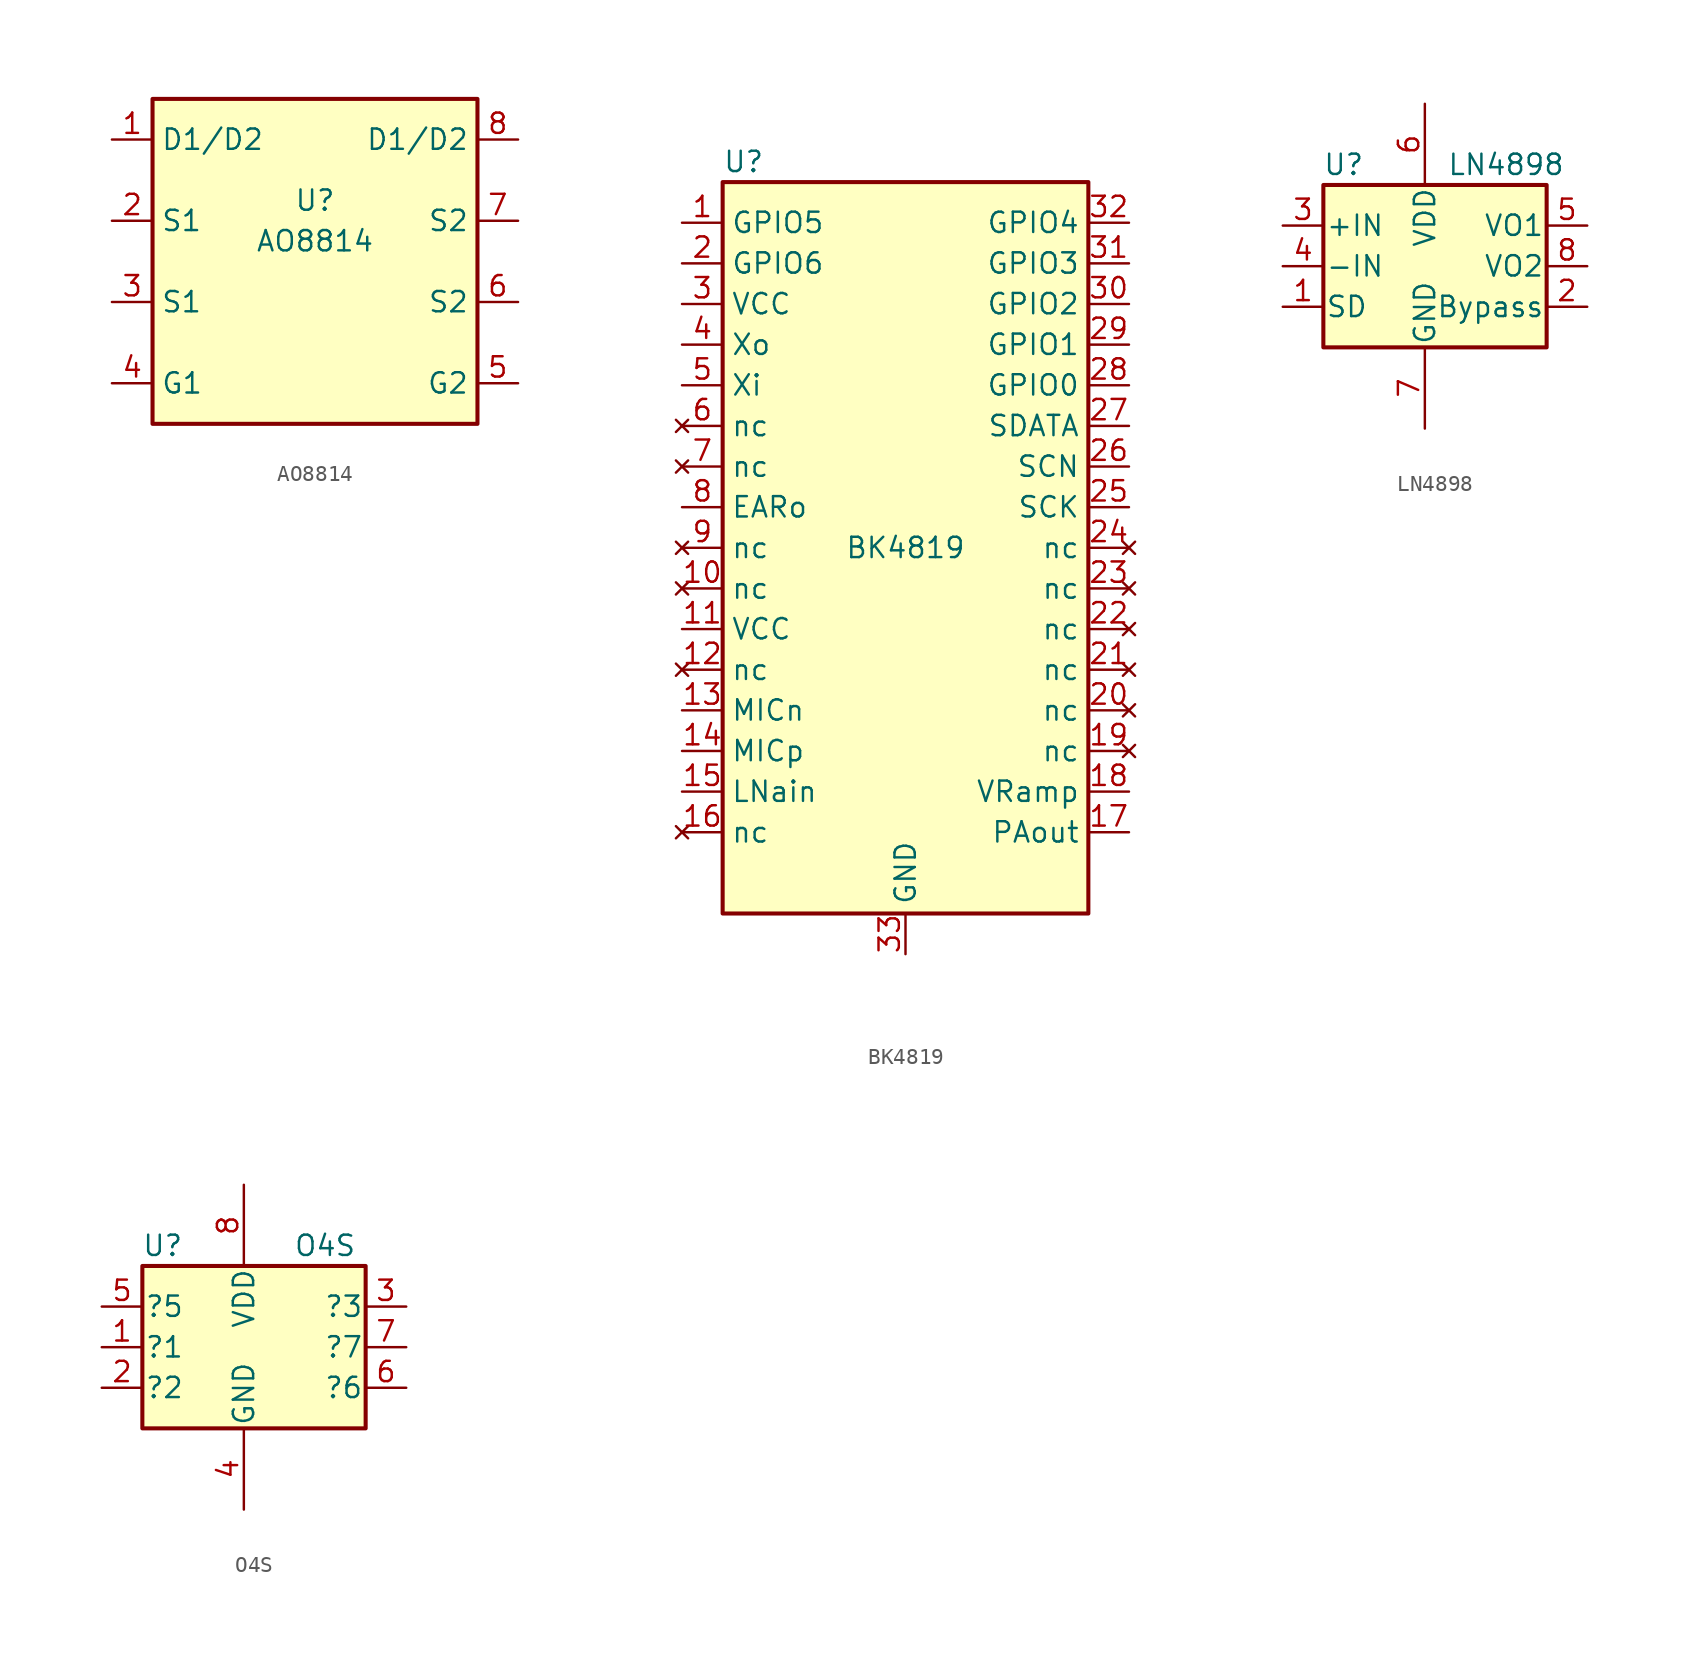
<source format=kicad_sym>
(kicad_symbol_lib
  (version 20220914)
  (generator kicad_symbol_editor)
  (symbol "AO8814"
    (property "Reference" "U"
      (at 0 3.81 0)
      (effects (font (size 1.27 1.27))))
    (property "Value" "AO8814"
      (at 0 1.27 0)
      (effects (font (size 1.27 1.27))))
    (symbol "AO8814_0_1"
      (rectangle (start -10.16 10.16) (end 10.16 -10.16) (stroke (width 0.254) (type default)) (fill (type background))))
    (symbol "AO8814_1_1"
      (pin power_in line (at -12.7 7.62 0) (length 2.54) (name "D1/D2" (effects (font (size 1.27 1.27)))) (number "1" (effects (font (size 1.27 1.27)))))
      (pin input line (at -12.7 2.54 0) (length 2.54) (name "S1" (effects (font (size 1.27 1.27)))) (number "2" (effects (font (size 1.27 1.27)))))
      (pin input line (at -12.7 -2.54 0) (length 2.54) (name "S1" (effects (font (size 1.27 1.27)))) (number "3" (effects (font (size 1.27 1.27)))))
      (pin power_in line (at -12.7 -7.62 0) (length 2.54) (name "G1" (effects (font (size 1.27 1.27)))) (number "4" (effects (font (size 1.27 1.27)))))
      (pin output line (at 12.7 -7.62 180) (length 2.54) (name "G2" (effects (font (size 1.27 1.27)))) (number "5" (effects (font (size 1.27 1.27)))))
      (pin passive line (at 12.7 -2.54 180) (length 2.54) (name "S2" (effects (font (size 1.27 1.27)))) (number "6" (effects (font (size 1.27 1.27)))))
      (pin output line (at 12.7 2.54 180) (length 2.54) (name "S2" (effects (font (size 1.27 1.27)))) (number "7" (effects (font (size 1.27 1.27)))))
      (pin passive line (at 12.7 7.62 180) (length 2.54) (name "D1/D2" (effects (font (size 1.27 1.27)))) (number "8" (effects (font (size 1.27 1.27)))))))
  (symbol "BK4819"
    (property "Reference" "U"
      (at -11.43 24.13 0)
      (effects (font (size 1.27 1.27)) (justify left)))
    (property "Value" "BK4819"
      (at 0 0 0)
      (effects (font (size 1.27 1.27))))
    (property "ki_locked" ""
      (at 0 0 0)
      (effects (font (size 1.27 1.27))))
    (symbol "BK4819_0_1"
      (rectangle (start -11.43 22.86) (end 11.43 -22.86) (stroke (width 0.254) (type default)) (fill (type background))))
    (symbol "BK4819_1_1"
      (pin bidirectional line (at -13.97 20.32 0) (length 2.54) (name "GPIO5" (effects (font (size 1.27 1.27)))) (number "1" (effects (font (size 1.27 1.27)))))
      (pin no_connect line (at -13.97 -2.54 0) (length 2.54) (name "nc" (effects (font (size 1.27 1.27)))) (number "10" (effects (font (size 1.27 1.27)))) (alternate "ADC_IN4" bidirectional line) (alternate "SPI1_NSS" bidirectional line) (alternate "TIM14_CH1" bidirectional line) (alternate "USART1_CK" bidirectional line))
      (pin power_in line (at -13.97 -5.08 0) (length 2.54) (name "VCC" (effects (font (size 1.27 1.27)))) (number "11" (effects (font (size 1.27 1.27)))) (alternate "ADC_IN5" bidirectional line) (alternate "SPI1_SCK" bidirectional line))
      (pin no_connect line (at -13.97 -7.62 0) (length 2.54) (name "nc" (effects (font (size 1.27 1.27)))) (number "12" (effects (font (size 1.27 1.27)))) (alternate "ADC_IN6" bidirectional line) (alternate "SPI1_MISO" bidirectional line) (alternate "TIM16_CH1" bidirectional line) (alternate "TIM1_BKIN" bidirectional line) (alternate "TIM3_CH1" bidirectional line))
      (pin input line (at -13.97 -10.16 0) (length 2.54) (name "MICn" (effects (font (size 1.27 1.27)))) (number "13" (effects (font (size 1.27 1.27)))) (alternate "ADC_IN7" bidirectional line) (alternate "SPI1_MOSI" bidirectional line) (alternate "TIM14_CH1" bidirectional line) (alternate "TIM17_CH1" bidirectional line) (alternate "TIM1_CH1N" bidirectional line) (alternate "TIM3_CH2" bidirectional line))
      (pin input line (at -13.97 -12.7 0) (length 2.54) (name "MICp" (effects (font (size 1.27 1.27)))) (number "14" (effects (font (size 1.27 1.27)))) (alternate "ADC_IN8" bidirectional line) (alternate "TIM1_CH2N" bidirectional line) (alternate "TIM3_CH3" bidirectional line))
      (pin input line (at -13.97 -15.24 0) (length 2.54) (name "LNain" (effects (font (size 1.27 1.27)))) (number "15" (effects (font (size 1.27 1.27)))) (alternate "ADC_IN9" bidirectional line) (alternate "TIM14_CH1" bidirectional line) (alternate "TIM1_CH3N" bidirectional line) (alternate "TIM3_CH4" bidirectional line))
      (pin no_connect line (at -13.97 -17.78 0) (length 2.54) (name "nc" (effects (font (size 1.27 1.27)))) (number "16" (effects (font (size 1.27 1.27)))))
      (pin output line (at 13.97 -17.78 180) (length 2.54) (name "PAout" (effects (font (size 1.27 1.27)))) (number "17" (effects (font (size 1.27 1.27)))))
      (pin output line (at 13.97 -15.24 180) (length 2.54) (name "VRamp" (effects (font (size 1.27 1.27)))) (number "18" (effects (font (size 1.27 1.27)))) (alternate "RCC_MCO" bidirectional line) (alternate "TIM1_CH1" bidirectional line) (alternate "USART1_CK" bidirectional line))
      (pin no_connect line (at 13.97 -12.7 180) (length 2.54) (name "nc" (effects (font (size 1.27 1.27)))) (number "19" (effects (font (size 1.27 1.27)))) (alternate "I2C1_SCL" bidirectional line) (alternate "TIM1_CH2" bidirectional line) (alternate "USART1_TX" bidirectional line))
      (pin bidirectional line (at -13.97 17.78 0) (length 2.54) (name "GPIO6" (effects (font (size 1.27 1.27)))) (number "2" (effects (font (size 1.27 1.27)))) (alternate "RCC_OSC_IN" bidirectional line))
      (pin no_connect line (at 13.97 -10.16 180) (length 2.54) (name "nc" (effects (font (size 1.27 1.27)))) (number "20" (effects (font (size 1.27 1.27)))) (alternate "I2C1_SDA" bidirectional line) (alternate "TIM17_BKIN" bidirectional line) (alternate "TIM1_CH3" bidirectional line) (alternate "USART1_RX" bidirectional line))
      (pin no_connect line (at 13.97 -7.62 180) (length 2.54) (name "nc" (effects (font (size 1.27 1.27)))) (number "21" (effects (font (size 1.27 1.27)))) (alternate "TIM1_CH4" bidirectional line) (alternate "USART1_CTS" bidirectional line))
      (pin no_connect line (at 13.97 -5.08 180) (length 2.54) (name "nc" (effects (font (size 1.27 1.27)))) (number "22" (effects (font (size 1.27 1.27)))) (alternate "TIM1_ETR" bidirectional line) (alternate "USART1_DE" bidirectional line) (alternate "USART1_RTS" bidirectional line))
      (pin no_connect line (at 13.97 -2.54 180) (length 2.54) (name "nc" (effects (font (size 1.27 1.27)))) (number "23" (effects (font (size 1.27 1.27)))) (alternate "IR_OUT" bidirectional line) (alternate "SYS_SWDIO" bidirectional line))
      (pin no_connect line (at 13.97 0 180) (length 2.54) (name "nc" (effects (font (size 1.27 1.27)))) (number "24" (effects (font (size 1.27 1.27)))) (alternate "SYS_SWCLK" bidirectional line) (alternate "USART1_TX" bidirectional line))
      (pin input line (at 13.97 2.54 180) (length 2.54) (name "SCK" (effects (font (size 1.27 1.27)))) (number "25" (effects (font (size 1.27 1.27)))) (alternate "SPI1_NSS" bidirectional line) (alternate "USART1_RX" bidirectional line))
      (pin input line (at 13.97 5.08 180) (length 2.54) (name "SCN" (effects (font (size 1.27 1.27)))) (number "26" (effects (font (size 1.27 1.27)))) (alternate "SPI1_SCK" bidirectional line))
      (pin bidirectional line (at 13.97 7.62 180) (length 2.54) (name "SDATA" (effects (font (size 1.27 1.27)))) (number "27" (effects (font (size 1.27 1.27)))) (alternate "SPI1_MISO" bidirectional line) (alternate "TIM3_CH1" bidirectional line))
      (pin bidirectional line (at 13.97 10.16 180) (length 2.54) (name "GPIO0" (effects (font (size 1.27 1.27)))) (number "28" (effects (font (size 1.27 1.27)))) (alternate "I2C1_SMBA" bidirectional line) (alternate "SPI1_MOSI" bidirectional line) (alternate "TIM16_BKIN" bidirectional line) (alternate "TIM3_CH2" bidirectional line))
      (pin bidirectional line (at 13.97 12.7 180) (length 2.54) (name "GPIO1" (effects (font (size 1.27 1.27)))) (number "29" (effects (font (size 1.27 1.27)))) (alternate "I2C1_SCL" bidirectional line) (alternate "TIM16_CH1N" bidirectional line) (alternate "USART1_TX" bidirectional line))
      (pin power_in line (at -13.97 15.24 0) (length 2.54) (name "VCC" (effects (font (size 1.27 1.27)))) (number "3" (effects (font (size 1.27 1.27)))) (alternate "RCC_OSC_OUT" bidirectional line))
      (pin bidirectional line (at 13.97 15.24 180) (length 2.54) (name "GPIO2" (effects (font (size 1.27 1.27)))) (number "30" (effects (font (size 1.27 1.27)))) (alternate "I2C1_SDA" bidirectional line) (alternate "TIM17_CH1N" bidirectional line) (alternate "USART1_RX" bidirectional line))
      (pin bidirectional line (at 13.97 17.78 180) (length 2.54) (name "GPIO3" (effects (font (size 1.27 1.27)))) (number "31" (effects (font (size 1.27 1.27)))))
      (pin bidirectional line (at 13.97 20.32 180) (length 2.54) (name "GPIO4" (effects (font (size 1.27 1.27)))) (number "32" (effects (font (size 1.27 1.27)))))
      (pin bidirectional line (at 0 -25.4 90) (length 2.54) (name "GND" (effects (font (size 1.27 1.27)))) (number "33" (effects (font (size 1.27 1.27)))))
      (pin output line (at -13.97 12.7 0) (length 2.54) (name "Xo" (effects (font (size 1.27 1.27)))) (number "4" (effects (font (size 1.27 1.27)))))
      (pin input line (at -13.97 10.16 0) (length 2.54) (name "Xi" (effects (font (size 1.27 1.27)))) (number "5" (effects (font (size 1.27 1.27)))))
      (pin no_connect line (at -13.97 7.62 0) (length 2.54) (name "nc" (effects (font (size 1.27 1.27)))) (number "6" (effects (font (size 1.27 1.27)))) (alternate "ADC_IN0" bidirectional line) (alternate "RTC_TAMP2" bidirectional line) (alternate "SYS_WKUP1" bidirectional line) (alternate "USART1_CTS" bidirectional line))
      (pin no_connect line (at -13.97 5.08 0) (length 2.54) (name "nc" (effects (font (size 1.27 1.27)))) (number "7" (effects (font (size 1.27 1.27)))) (alternate "ADC_IN1" bidirectional line) (alternate "USART1_DE" bidirectional line) (alternate "USART1_RTS" bidirectional line))
      (pin output line (at -13.97 2.54 0) (length 2.54) (name "EARo" (effects (font (size 1.27 1.27)))) (number "8" (effects (font (size 1.27 1.27)))) (alternate "ADC_IN2" bidirectional line) (alternate "USART1_TX" bidirectional line))
      (pin no_connect line (at -13.97 0 0) (length 2.54) (name "nc" (effects (font (size 1.27 1.27)))) (number "9" (effects (font (size 1.27 1.27)))) (alternate "ADC_IN3" bidirectional line) (alternate "USART1_RX" bidirectional line))))
  (symbol "LN4898"
    (pin_names
      (offset 0.127))
    (property "Reference" "U"
      (at -5.08 6.35 0)
      (effects (font (size 1.27 1.27))))
    (property "Value" "LN4898"
      (at 5.08 6.35 0)
      (effects (font (size 1.27 1.27))))
    (symbol "LN4898_0_1"
      (rectangle (start -6.35 5.08) (end 7.62 -5.08) (stroke (width 0.254) (type default)) (fill (type background))))
    (symbol "LN4898_1_1"
      (pin input line (at -8.89 -2.54 0) (length 2.54) (name "SD" (effects (font (size 1.27 1.27)))) (number "1" (effects (font (size 1.27 1.27)))))
      (pin bidirectional line (at 10.16 -2.54 180) (length 2.54) (name "Bypass" (effects (font (size 1.27 1.27)))) (number "2" (effects (font (size 1.27 1.27)))))
      (pin input line (at -8.89 2.54 0) (length 2.54) (name "+IN" (effects (font (size 1.27 1.27)))) (number "3" (effects (font (size 1.27 1.27)))))
      (pin input line (at -8.89 0 0) (length 2.54) (name "-IN" (effects (font (size 1.27 1.27)))) (number "4" (effects (font (size 1.27 1.27)))))
      (pin input line (at 10.16 2.54 180) (length 2.54) (name "VO1" (effects (font (size 1.27 1.27)))) (number "5" (effects (font (size 1.27 1.27)))))
      (pin power_in line (at 0 10.16 270) (length 5.08) (name "VDD" (effects (font (size 1.27 1.27)))) (number "6" (effects (font (size 1.27 1.27)))))
      (pin power_in line (at 0 -10.16 90) (length 5.08) (name "GND" (effects (font (size 1.27 1.27)))) (number "7" (effects (font (size 1.27 1.27)))))
      (pin input line (at 10.16 0 180) (length 2.54) (name "VO2" (effects (font (size 1.27 1.27)))) (number "8" (effects (font (size 1.27 1.27)))))))
  (symbol "O4S"
    (pin_names
      (offset 0.127))
    (property "Reference" "U"
      (at -5.08 6.35 0)
      (effects (font (size 1.27 1.27))))
    (property "Value" "O4S"
      (at 5.08 6.35 0)
      (effects (font (size 1.27 1.27))))
    (symbol "O4S_0_1"
      (rectangle (start -6.35 5.08) (end 7.62 -5.08) (stroke (width 0.254) (type default)) (fill (type background))))
    (symbol "O4S_1_1"
      (pin input line (at -8.89 0 0) (length 2.54) (name "?1" (effects (font (size 1.27 1.27)))) (number "1" (effects (font (size 1.27 1.27)))))
      (pin input line (at -8.89 -2.54 0) (length 2.54) (name "?2" (effects (font (size 1.27 1.27)))) (number "2" (effects (font (size 1.27 1.27)))))
      (pin output line (at 10.16 2.54 180) (length 2.54) (name "?3" (effects (font (size 1.27 1.27)))) (number "3" (effects (font (size 1.27 1.27)))))
      (pin power_in line (at 0 -10.16 90) (length 5.08) (name "GND" (effects (font (size 1.27 1.27)))) (number "4" (effects (font (size 1.27 1.27)))))
      (pin input line (at -8.89 2.54 0) (length 2.54) (name "?5" (effects (font (size 1.27 1.27)))) (number "5" (effects (font (size 1.27 1.27)))))
      (pin input line (at 10.16 -2.54 180) (length 2.54) (name "?6" (effects (font (size 1.27 1.27)))) (number "6" (effects (font (size 1.27 1.27)))))
      (pin output line (at 10.16 0 180) (length 2.54) (name "?7" (effects (font (size 1.27 1.27)))) (number "7" (effects (font (size 1.27 1.27)))))
      (pin power_in line (at 0 10.16 270) (length 5.08) (name "VDD" (effects (font (size 1.27 1.27)))) (number "8" (effects (font (size 1.27 1.27))))))))
</source>
